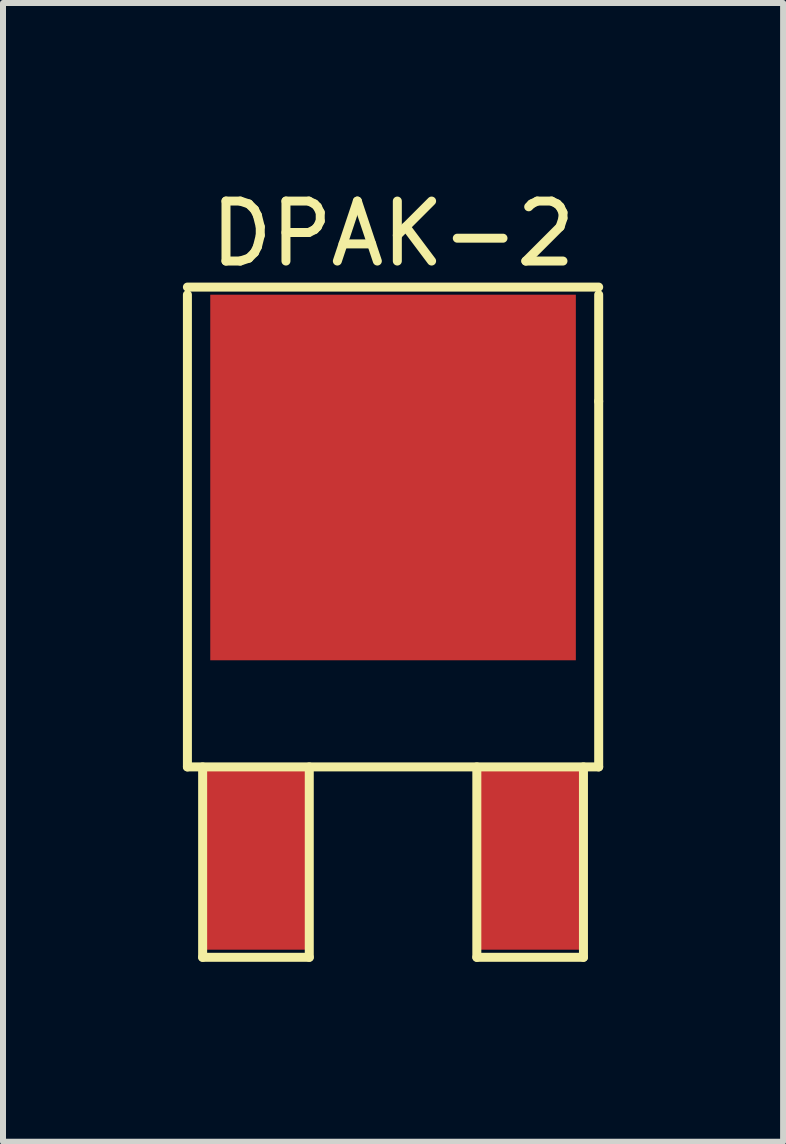
<source format=kicad_pcb>
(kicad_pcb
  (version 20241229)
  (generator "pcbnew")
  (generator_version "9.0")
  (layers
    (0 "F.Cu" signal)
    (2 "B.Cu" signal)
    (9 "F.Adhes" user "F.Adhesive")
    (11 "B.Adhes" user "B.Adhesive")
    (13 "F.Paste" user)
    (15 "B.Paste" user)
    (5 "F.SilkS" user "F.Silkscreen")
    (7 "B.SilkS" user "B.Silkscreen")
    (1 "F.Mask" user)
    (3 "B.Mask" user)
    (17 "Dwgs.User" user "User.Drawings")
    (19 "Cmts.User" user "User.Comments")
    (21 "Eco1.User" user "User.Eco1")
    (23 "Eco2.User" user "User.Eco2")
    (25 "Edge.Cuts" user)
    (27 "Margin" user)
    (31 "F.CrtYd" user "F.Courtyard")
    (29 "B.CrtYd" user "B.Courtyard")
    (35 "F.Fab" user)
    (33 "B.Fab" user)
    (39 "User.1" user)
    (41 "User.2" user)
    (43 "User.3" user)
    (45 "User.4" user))
  (footprint "DPAK-2"
    (layer "F.Cu")
    (at 3.504 11.262)
    (property "Reference" "DPAK-2" (at 0 -10.414 0) (layer "F.SilkS") (effects (font (size 1 1) (thickness 0.15))))
    (attr smd)
    (fp_line (start -3.429 -9.525) (end 3.429 -9.525) (stroke (width 0.15) (type solid)) (layer "F.SilkS"))
    (fp_line (start -3.429 -1.524) (end -3.429 -9.398) (stroke (width 0.15) (type solid)) (layer "F.SilkS"))
    (fp_line (start -3.175 -1.524) (end -3.175 1.651) (stroke (width 0.15) (type solid)) (layer "F.SilkS"))
    (fp_line (start -3.175 1.651) (end -1.397 1.651) (stroke (width 0.15) (type solid)) (layer "F.SilkS"))
    (fp_line (start -1.397 1.651) (end -1.397 -1.524) (stroke (width 0.15) (type solid)) (layer "F.SilkS"))
    (fp_line (start 1.397 -1.524) (end 1.397 1.651) (stroke (width 0.15) (type solid)) (layer "F.SilkS"))
    (fp_line (start 1.397 1.651) (end 3.175 1.651) (stroke (width 0.15) (type solid)) (layer "F.SilkS"))
    (fp_line (start 3.175 1.651) (end 3.175 -1.524) (stroke (width 0.15) (type solid)) (layer "F.SilkS"))
    (fp_line (start 3.429 -9.398) (end 3.429 -7.62) (stroke (width 0.15) (type solid)) (layer "F.SilkS"))
    (fp_line (start 3.429 -7.62) (end 3.429 -1.524) (stroke (width 0.15) (type solid)) (layer "F.SilkS"))
    (fp_line (start 3.429 -1.524) (end -3.429 -1.524) (stroke (width 0.15) (type solid)) (layer "F.SilkS"))
    (pad "1" smd rect (at -2.286 0) (size 1.651 3.048) (layers "F.Cu" "F.Mask" "F.Paste"))
    (pad "2" smd rect (at 0 -6.35) (size 6.096 6.096) (layers "F.Cu" "F.Mask" "F.Paste"))
    (pad "3" smd rect (at 2.286 0) (size 1.651 3.048) (layers "F.Cu" "F.Mask" "F.Paste")))
  (gr_rect
    (start -3 -3)
    (end 10.008 15.988)
    (stroke (width 0.1) (type default))
    (fill no)
    (layer "Edge.Cuts")))
</source>
